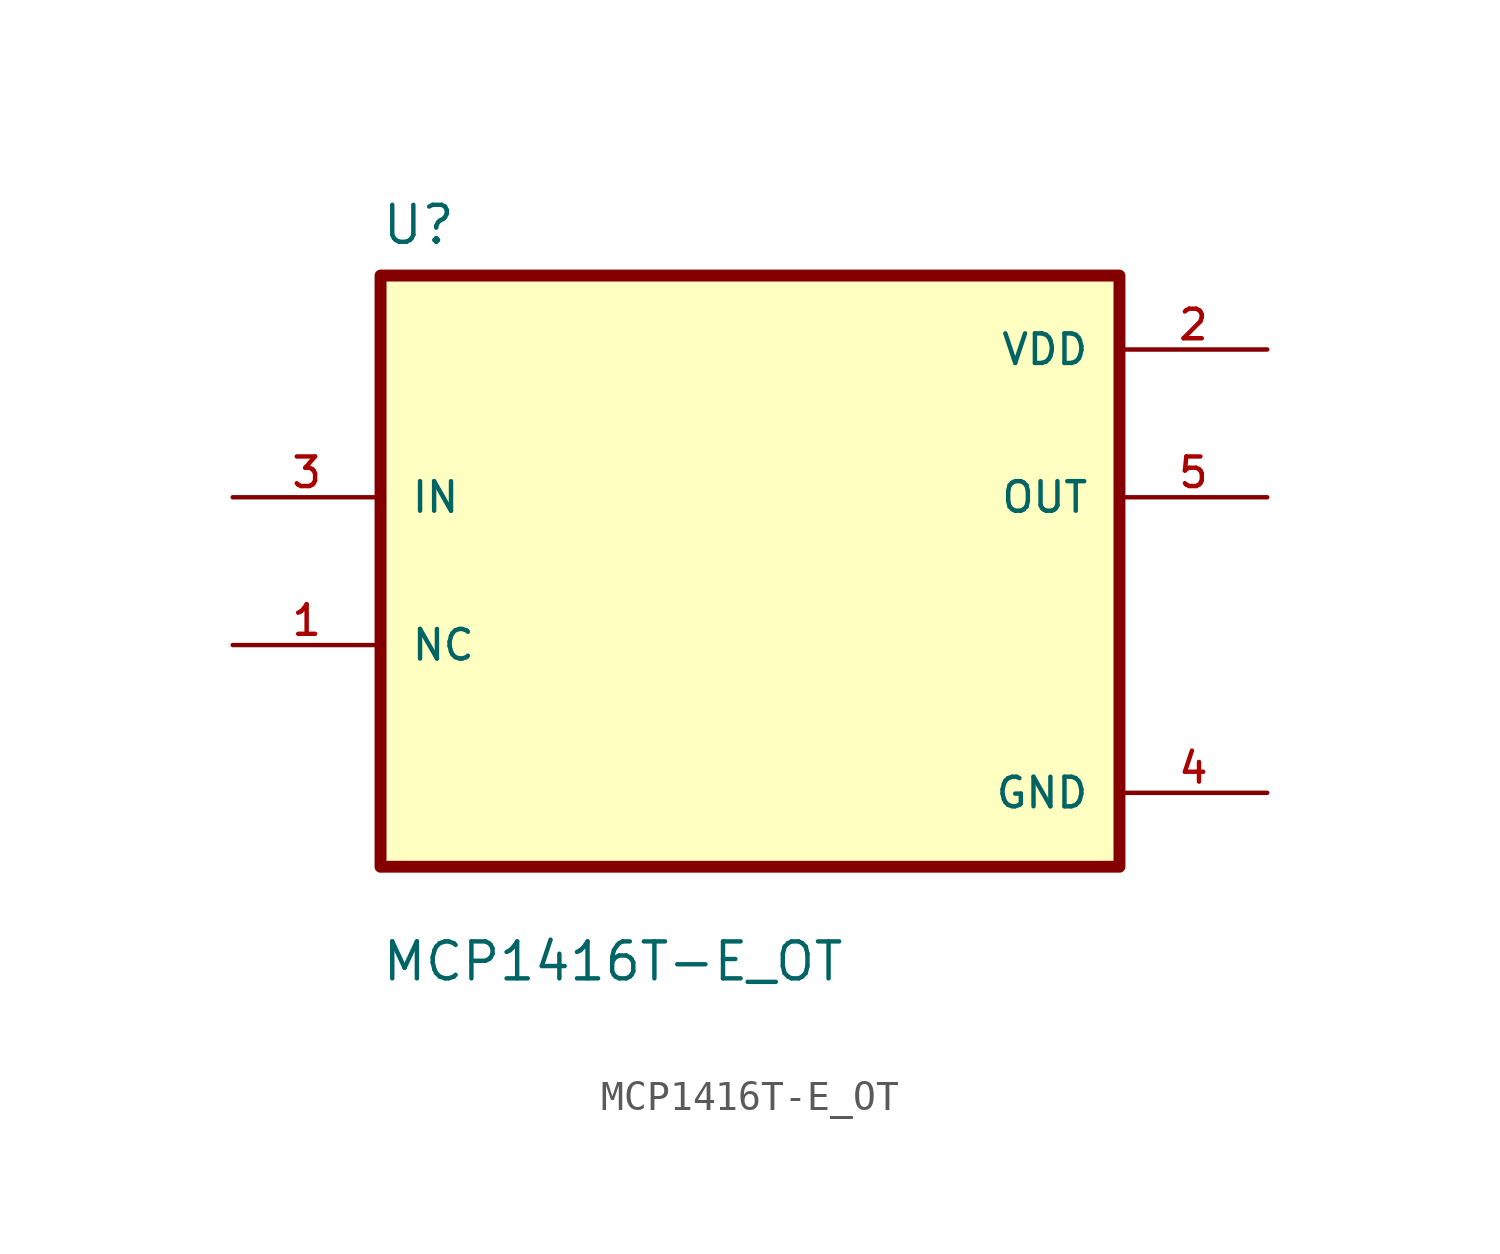
<source format=kicad_sym>
(kicad_symbol_lib
  (version 20211014)
  (generator kicad_symbol_editor)
  (symbol "MCP1416T-E_OT"
    (pin_names
      (offset 1.016))
    (property "Reference" "U"
      (at -12.7 11.16 0.0)
      (effects (font (size 1.27 1.27)) (justify bottom left)))
    (property "Value" "MCP1416T-E_OT"
      (at -12.7 -14.16 0.0)
      (effects (font (size 1.27 1.27)) (justify bottom left)))
    (symbol "MCP1416T-E_OT_0_0"
      (rectangle (start -12.7 -10.16) (end 12.7 10.16) (stroke (width 0.41)) (fill (type background)))
      (pin input line (at -17.78 2.54 0) (length 5.08) (name "IN" (effects (font (size 1.016 1.016)))) (number "3" (effects (font (size 1.016 1.016)))))
      (pin bidirectional line (at -17.78 -2.54 0) (length 5.08) (name "NC" (effects (font (size 1.016 1.016)))) (number "1" (effects (font (size 1.016 1.016)))))
      (pin power_in line (at 17.78 7.62 180.0) (length 5.08) (name "VDD" (effects (font (size 1.016 1.016)))) (number "2" (effects (font (size 1.016 1.016)))))
      (pin output line (at 17.78 2.54 180.0) (length 5.08) (name "OUT" (effects (font (size 1.016 1.016)))) (number "5" (effects (font (size 1.016 1.016)))))
      (pin power_in line (at 17.78 -7.62 180.0) (length 5.08) (name "GND" (effects (font (size 1.016 1.016)))) (number "4" (effects (font (size 1.016 1.016))))))))
</source>
